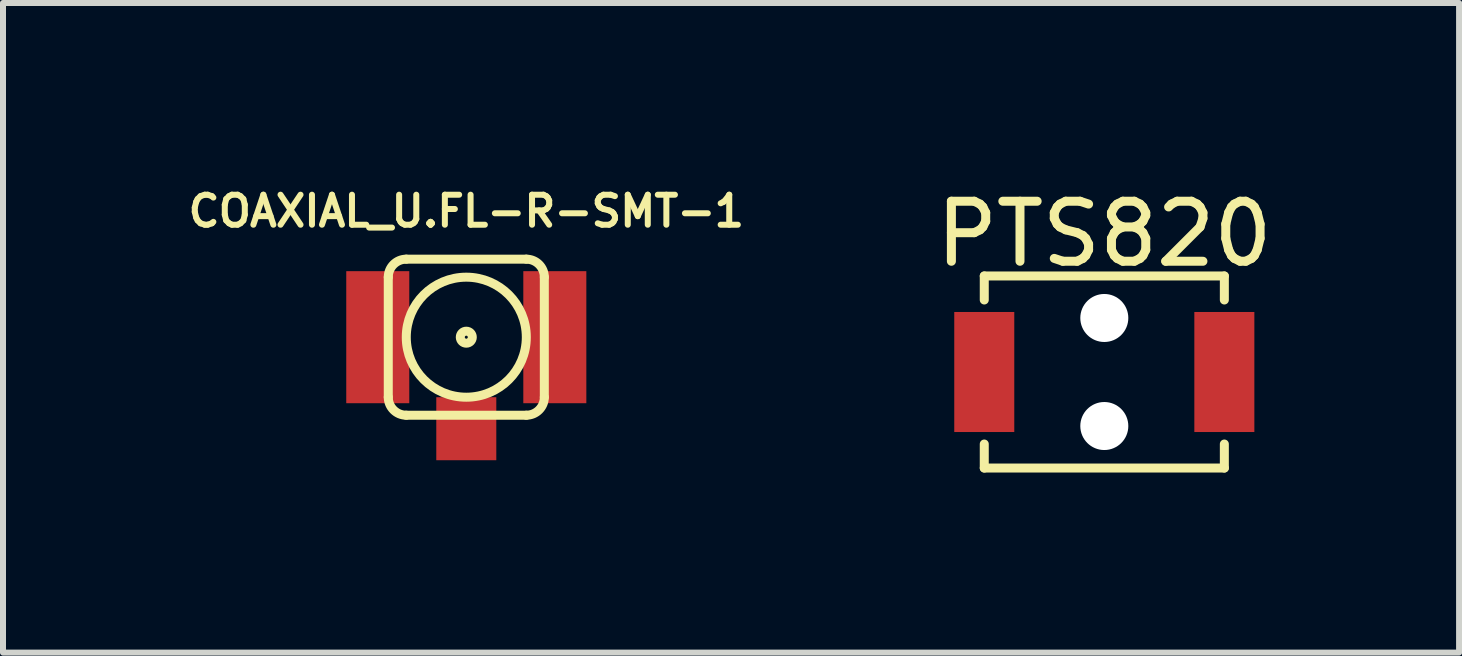
<source format=kicad_pcb>
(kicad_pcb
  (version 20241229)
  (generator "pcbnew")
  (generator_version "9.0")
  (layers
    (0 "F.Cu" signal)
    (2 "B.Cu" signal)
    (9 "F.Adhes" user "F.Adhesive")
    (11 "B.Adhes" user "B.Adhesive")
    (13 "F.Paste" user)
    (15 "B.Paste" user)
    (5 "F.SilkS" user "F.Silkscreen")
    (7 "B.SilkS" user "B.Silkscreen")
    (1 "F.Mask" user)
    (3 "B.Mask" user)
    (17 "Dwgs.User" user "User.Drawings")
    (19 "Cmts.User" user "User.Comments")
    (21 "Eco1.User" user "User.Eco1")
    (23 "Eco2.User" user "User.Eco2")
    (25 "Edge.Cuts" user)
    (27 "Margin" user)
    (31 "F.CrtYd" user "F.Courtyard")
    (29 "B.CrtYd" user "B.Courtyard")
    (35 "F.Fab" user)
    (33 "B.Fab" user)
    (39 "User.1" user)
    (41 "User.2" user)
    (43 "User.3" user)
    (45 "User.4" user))
  (footprint "PTS820"
    (layer "F.Cu")
    (at 15.349 3.148)
    (property "Reference" "PTS820" (at 0 -2.3 0) (layer "F.SilkS") (effects (font (size 1 1) (thickness 0.15))))
    (attr through_hole)
    (fp_line (start -2 -1.6) (end 2 -1.6) (stroke (width 0.15) (type solid)) (layer "F.SilkS"))
    (fp_line (start -2 -1.2) (end -2 -1.6) (stroke (width 0.15) (type solid)) (layer "F.SilkS"))
    (fp_line (start -2 1.6) (end -2 1.2) (stroke (width 0.15) (type solid)) (layer "F.SilkS"))
    (fp_line (start 2 -1.6) (end 2 -1.2) (stroke (width 0.15) (type solid)) (layer "F.SilkS"))
    (fp_line (start 2 1.2) (end 2 1.6) (stroke (width 0.15) (type solid)) (layer "F.SilkS"))
    (fp_line (start 2 1.6) (end -2 1.6) (stroke (width 0.15) (type solid)) (layer "F.SilkS"))
    (pad "" np_thru_hole circle (at 0 -0.9) (size 0.8 0.8) (drill 0.8) (layers "*.Cu" "*.Mask"))
    (pad "" np_thru_hole circle (at 0 0.9) (size 0.8 0.8) (drill 0.8) (layers "*.Cu" "*.Mask"))
    (pad "1" smd rect (at -2 0) (size 1 2) (layers "F.Cu" "F.Mask" "F.Paste"))
    (pad "2" smd rect (at 2 0) (size 1 2) (layers "F.Cu" "F.Mask" "F.Paste")))
  (footprint "COAXIAL_U.FL-R-SMT-1"
    (layer "F.Cu")
    (at 4.719 2.568)
    (property "Reference" "COAXIAL_U.FL-R-SMT-1" (at 0 -2.1 0) (layer "F.SilkS") (effects (font (size 0.5 0.5) (thickness 0.1))))
    (attr through_hole)
    (fp_line (start -1.3 1) (end -1.3 -1) (stroke (width 0.15) (type solid)) (layer "F.SilkS"))
    (fp_line (start -1 -1.3) (end 1 -1.3) (stroke (width 0.15) (type solid)) (layer "F.SilkS"))
    (fp_line (start 1 1.3) (end -1 1.3) (stroke (width 0.15) (type solid)) (layer "F.SilkS"))
    (fp_line (start 1.3 -1) (end 1.3 1) (stroke (width 0.15) (type solid)) (layer "F.SilkS"))
    (fp_arc (start -1.3 -1) (mid -1.212132 -1.212132) (end -1 -1.3) (stroke (width 0.15) (type solid)) (layer "F.SilkS"))
    (fp_arc (start -1 1.3) (mid -1.212132 1.212132) (end -1.3 1) (stroke (width 0.15) (type solid)) (layer "F.SilkS"))
    (fp_arc (start 1 -1.3) (mid 1.212132 -1.212132) (end 1.3 -1) (stroke (width 0.15) (type solid)) (layer "F.SilkS"))
    (fp_arc (start 1.3 1) (mid 1.212132 1.212132) (end 1 1.3) (stroke (width 0.15) (type solid)) (layer "F.SilkS"))
    (fp_circle (center 0 0) (end -1 0) (stroke (width 0.15) (type solid)) (fill no) (layer "F.SilkS"))
    (fp_circle (center 0 0) (end -0.1 0) (stroke (width 0.15) (type solid)) (fill no) (layer "F.SilkS"))
    (pad "1" smd rect (at 0 1.525) (size 1 1.05) (layers "F.Cu" "F.Mask" "F.Paste"))
    (pad "2" smd rect (at -1.475 0) (size 1.05 2.2) (layers "F.Cu" "F.Mask" "F.Paste"))
    (pad "2" smd rect (at 1.475 0) (size 1.05 2.2) (layers "F.Cu" "F.Mask" "F.Paste")))
  (gr_rect
    (start -3 -3)
    (end 21.26 7.823)
    (stroke (width 0.1) (type default))
    (fill no)
    (layer "Edge.Cuts")))
</source>
